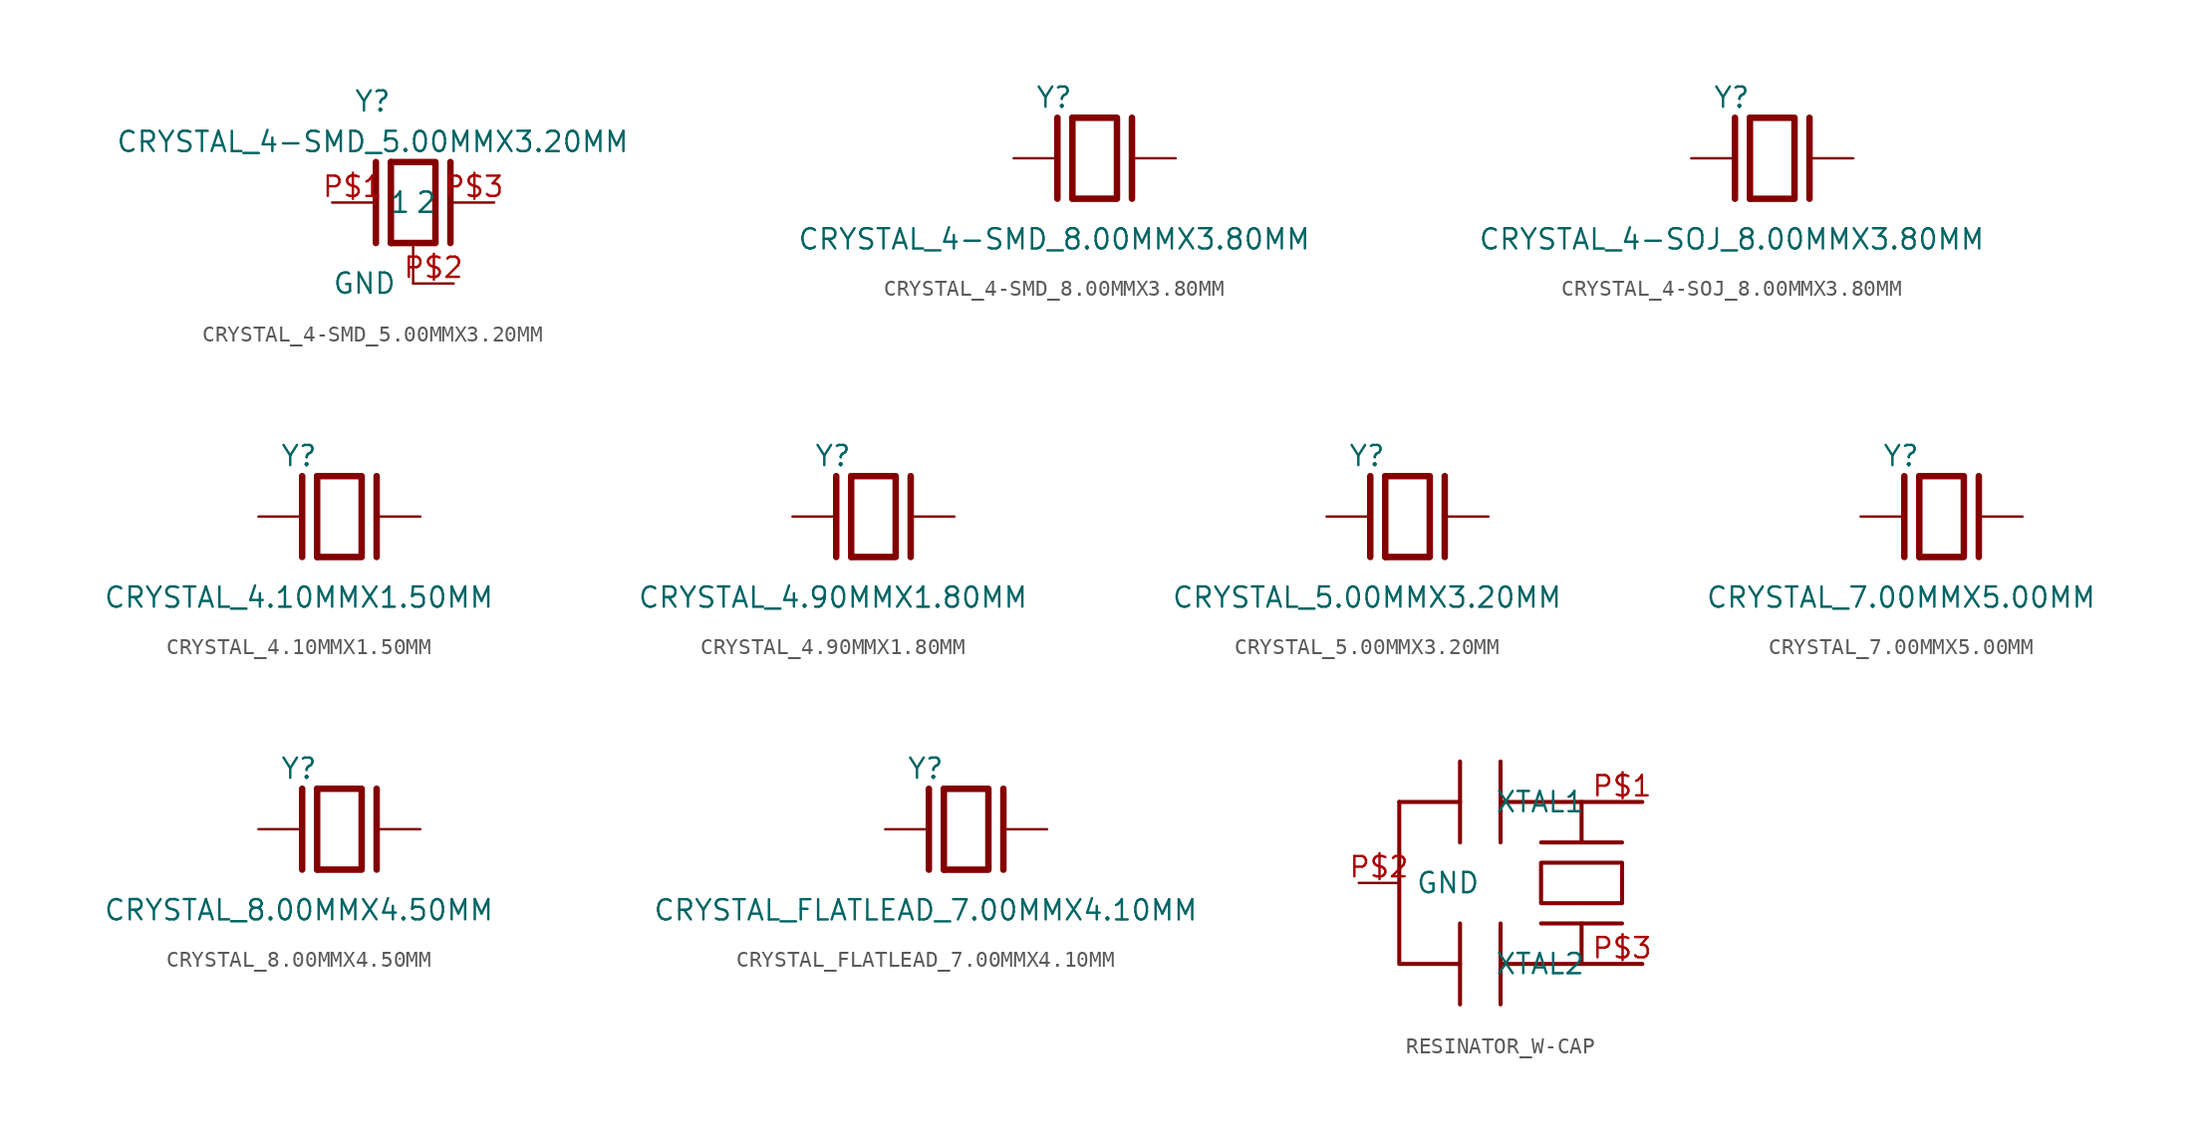
<source format=kicad_sym>
(kicad_symbol_lib
  (version 20211014)
  (generator kicad_symbol_editor)
  (symbol "CRYSTAL_4-SMD_5.00MMX3.20MM"
    (pin_names
      (offset 1.016))
    (property "Reference" "Y"
      (at -2.54 6.35 0)
      (effects (font (size 1.27 1.27))))
    (property "Value" "CRYSTAL_4-SMD_5.00MMX3.20MM"
      (at -2.54 3.81 0)
      (effects (font (size 1.27 1.27))))
    (symbol "CRYSTAL_4-SMD_5.00MMX3.20MM_0_0")
    (symbol "CRYSTAL_4-SMD_5.00MMX3.20MM_0_1"
      (polyline (pts (xy -1.397 2.54) (xy 1.397 2.54) (xy 1.397 -2.54) (xy 0 -2.54) (xy -1.397 -2.54)) (stroke (width 0.406) (type default) (color 0 0 0 0)) (fill (type none)))
      (polyline (pts (xy -1.397 2.54) (xy -1.397 -2.54)) (stroke (width 0.406) (type default) (color 0 0 0 0)) (fill (type none)))
      (polyline (pts (xy 2.337 2.54) (xy 2.337 -2.54)) (stroke (width 0.406) (type default) (color 0 0 0 0)) (fill (type none)))
      (polyline (pts (xy -2.337 2.54) (xy -2.337 -2.54)) (stroke (width 0.406) (type default) (color 0 0 0 0)) (fill (type none)))
      (polyline (pts (xy 0 -2.54) (xy 0 -5.08)) (stroke (width 0.152) (type default) (color 0 0 0 0)) (fill (type none))))
    (symbol "CRYSTAL_4-SMD_5.00MMX3.20MM_1_1"
      (pin passive line (at 5.08 0 180) (length 2.54) (name "2" (effects (font (size 1.27 1.27)))) (number "P$3" (effects (font (size 1.27 1.27)))))
      (pin passive line (at -5.08 0 0) (length 2.54) (name "1" (effects (font (size 1.27 1.27)))) (number "P$1" (effects (font (size 1.27 1.27)))))
      (pin bidirectional line (at 2.54 -5.08 180) (length 2.54) (name "GND" (effects (font (size 1.27 1.27)))) (number "P$2" (effects (font (size 1.27 1.27)))))
      (pin bidirectional line (at 2.54 -5.08 180) (length 2.54) hide (name "GND" (effects (font (size 1.27 1.27)))) (number "P$4" (effects (font (size 1.27 1.27)))))))
  (symbol "CRYSTAL_4-SMD_8.00MMX3.80MM"
    (pin_numbers hide)
    (pin_names
      (offset 1.016) hide)
    (property "Reference" "Y"
      (at -2.54 3.81 0)
      (effects (font (size 1.27 1.27))))
    (property "Value" "CRYSTAL_4-SMD_8.00MMX3.80MM"
      (at -2.54 -5.08 0)
      (effects (font (size 1.27 1.27))))
    (symbol "CRYSTAL_4-SMD_8.00MMX3.80MM_0_0")
    (symbol "CRYSTAL_4-SMD_8.00MMX3.80MM_0_1"
      (polyline (pts (xy -1.397 2.54) (xy 1.397 2.54) (xy 1.397 -2.54) (xy -1.397 -2.54)) (stroke (width 0.406) (type default) (color 0 0 0 0)) (fill (type none)))
      (polyline (pts (xy -1.397 2.54) (xy -1.397 -2.54)) (stroke (width 0.406) (type default) (color 0 0 0 0)) (fill (type none)))
      (polyline (pts (xy 2.337 2.54) (xy 2.337 -2.54)) (stroke (width 0.406) (type default) (color 0 0 0 0)) (fill (type none)))
      (polyline (pts (xy -2.337 2.54) (xy -2.337 -2.54)) (stroke (width 0.406) (type default) (color 0 0 0 0)) (fill (type none))))
    (symbol "CRYSTAL_4-SMD_8.00MMX3.80MM_1_1"
      (pin passive line (at 5.08 0 180) (length 2.54) (name "2" (effects (font (size 1.27 1.27)))) (number "P$4" (effects (font (size 1.27 1.27)))))
      (pin passive line (at -5.08 0 0) (length 2.54) (name "1" (effects (font (size 1.27 1.27)))) (number "P$1" (effects (font (size 1.27 1.27)))))))
  (symbol "CRYSTAL_4-SOJ_8.00MMX3.80MM"
    (pin_numbers hide)
    (pin_names
      (offset 1.016) hide)
    (property "Reference" "Y"
      (at -2.54 3.81 0)
      (effects (font (size 1.27 1.27))))
    (property "Value" "CRYSTAL_4-SOJ_8.00MMX3.80MM"
      (at -2.54 -5.08 0)
      (effects (font (size 1.27 1.27))))
    (symbol "CRYSTAL_4-SOJ_8.00MMX3.80MM_0_0")
    (symbol "CRYSTAL_4-SOJ_8.00MMX3.80MM_0_1"
      (polyline (pts (xy -1.397 2.54) (xy 1.397 2.54) (xy 1.397 -2.54) (xy -1.397 -2.54)) (stroke (width 0.406) (type default) (color 0 0 0 0)) (fill (type none)))
      (polyline (pts (xy -1.397 2.54) (xy -1.397 -2.54)) (stroke (width 0.406) (type default) (color 0 0 0 0)) (fill (type none)))
      (polyline (pts (xy 2.337 2.54) (xy 2.337 -2.54)) (stroke (width 0.406) (type default) (color 0 0 0 0)) (fill (type none)))
      (polyline (pts (xy -2.337 2.54) (xy -2.337 -2.54)) (stroke (width 0.406) (type default) (color 0 0 0 0)) (fill (type none))))
    (symbol "CRYSTAL_4-SOJ_8.00MMX3.80MM_1_1"
      (pin passive line (at 5.08 0 180) (length 2.54) (name "2" (effects (font (size 1.27 1.27)))) (number "S$4" (effects (font (size 1.27 1.27)))))
      (pin passive line (at -5.08 0 0) (length 2.54) (name "1" (effects (font (size 1.27 1.27)))) (number "S$1" (effects (font (size 1.27 1.27)))))))
  (symbol "CRYSTAL_4.10MMX1.50MM"
    (pin_numbers hide)
    (pin_names
      (offset 1.016) hide)
    (property "Reference" "Y"
      (at -2.54 3.81 0)
      (effects (font (size 1.27 1.27))))
    (property "Value" "CRYSTAL_4.10MMX1.50MM"
      (at -2.54 -5.08 0)
      (effects (font (size 1.27 1.27))))
    (symbol "CRYSTAL_4.10MMX1.50MM_0_0")
    (symbol "CRYSTAL_4.10MMX1.50MM_0_1"
      (polyline (pts (xy -1.397 2.54) (xy 1.397 2.54) (xy 1.397 -2.54) (xy -1.397 -2.54)) (stroke (width 0.406) (type default) (color 0 0 0 0)) (fill (type none)))
      (polyline (pts (xy -1.397 2.54) (xy -1.397 -2.54)) (stroke (width 0.406) (type default) (color 0 0 0 0)) (fill (type none)))
      (polyline (pts (xy 2.337 2.54) (xy 2.337 -2.54)) (stroke (width 0.406) (type default) (color 0 0 0 0)) (fill (type none)))
      (polyline (pts (xy -2.337 2.54) (xy -2.337 -2.54)) (stroke (width 0.406) (type default) (color 0 0 0 0)) (fill (type none))))
    (symbol "CRYSTAL_4.10MMX1.50MM_1_1"
      (pin passive line (at 5.08 0 180) (length 2.54) (name "2" (effects (font (size 1.27 1.27)))) (number "P$2" (effects (font (size 1.27 1.27)))))
      (pin passive line (at -5.08 0 0) (length 2.54) (name "1" (effects (font (size 1.27 1.27)))) (number "P$1" (effects (font (size 1.27 1.27)))))))
  (symbol "CRYSTAL_4.90MMX1.80MM"
    (pin_numbers hide)
    (pin_names
      (offset 1.016) hide)
    (property "Reference" "Y"
      (at -2.54 3.81 0)
      (effects (font (size 1.27 1.27))))
    (property "Value" "CRYSTAL_4.90MMX1.80MM"
      (at -2.54 -5.08 0)
      (effects (font (size 1.27 1.27))))
    (symbol "CRYSTAL_4.90MMX1.80MM_0_0")
    (symbol "CRYSTAL_4.90MMX1.80MM_0_1"
      (polyline (pts (xy -1.397 2.54) (xy 1.397 2.54) (xy 1.397 -2.54) (xy -1.397 -2.54)) (stroke (width 0.406) (type default) (color 0 0 0 0)) (fill (type none)))
      (polyline (pts (xy -1.397 2.54) (xy -1.397 -2.54)) (stroke (width 0.406) (type default) (color 0 0 0 0)) (fill (type none)))
      (polyline (pts (xy 2.337 2.54) (xy 2.337 -2.54)) (stroke (width 0.406) (type default) (color 0 0 0 0)) (fill (type none)))
      (polyline (pts (xy -2.337 2.54) (xy -2.337 -2.54)) (stroke (width 0.406) (type default) (color 0 0 0 0)) (fill (type none))))
    (symbol "CRYSTAL_4.90MMX1.80MM_1_1"
      (pin passive line (at 5.08 0 180) (length 2.54) (name "2" (effects (font (size 1.27 1.27)))) (number "P$2" (effects (font (size 1.27 1.27)))))
      (pin passive line (at -5.08 0 0) (length 2.54) (name "1" (effects (font (size 1.27 1.27)))) (number "P$1" (effects (font (size 1.27 1.27)))))))
  (symbol "CRYSTAL_5.00MMX3.20MM"
    (pin_numbers hide)
    (pin_names
      (offset 1.016) hide)
    (property "Reference" "Y"
      (at -2.54 3.81 0)
      (effects (font (size 1.27 1.27))))
    (property "Value" "CRYSTAL_5.00MMX3.20MM"
      (at -2.54 -5.08 0)
      (effects (font (size 1.27 1.27))))
    (symbol "CRYSTAL_5.00MMX3.20MM_0_0")
    (symbol "CRYSTAL_5.00MMX3.20MM_0_1"
      (polyline (pts (xy -1.397 2.54) (xy 1.397 2.54) (xy 1.397 -2.54) (xy -1.397 -2.54)) (stroke (width 0.406) (type default) (color 0 0 0 0)) (fill (type none)))
      (polyline (pts (xy -1.397 2.54) (xy -1.397 -2.54)) (stroke (width 0.406) (type default) (color 0 0 0 0)) (fill (type none)))
      (polyline (pts (xy 2.337 2.54) (xy 2.337 -2.54)) (stroke (width 0.406) (type default) (color 0 0 0 0)) (fill (type none)))
      (polyline (pts (xy -2.337 2.54) (xy -2.337 -2.54)) (stroke (width 0.406) (type default) (color 0 0 0 0)) (fill (type none))))
    (symbol "CRYSTAL_5.00MMX3.20MM_1_1"
      (pin passive line (at 5.08 0 180) (length 2.54) (name "2" (effects (font (size 1.27 1.27)))) (number "P$2" (effects (font (size 1.27 1.27)))))
      (pin passive line (at -5.08 0 0) (length 2.54) (name "1" (effects (font (size 1.27 1.27)))) (number "P$1" (effects (font (size 1.27 1.27)))))))
  (symbol "CRYSTAL_7.00MMX5.00MM"
    (pin_numbers hide)
    (pin_names
      (offset 1.016) hide)
    (property "Reference" "Y"
      (at -2.54 3.81 0)
      (effects (font (size 1.27 1.27))))
    (property "Value" "CRYSTAL_7.00MMX5.00MM"
      (at -2.54 -5.08 0)
      (effects (font (size 1.27 1.27))))
    (symbol "CRYSTAL_7.00MMX5.00MM_0_0")
    (symbol "CRYSTAL_7.00MMX5.00MM_0_1"
      (polyline (pts (xy -1.397 2.54) (xy 1.397 2.54) (xy 1.397 -2.54) (xy -1.397 -2.54)) (stroke (width 0.406) (type default) (color 0 0 0 0)) (fill (type none)))
      (polyline (pts (xy -1.397 2.54) (xy -1.397 -2.54)) (stroke (width 0.406) (type default) (color 0 0 0 0)) (fill (type none)))
      (polyline (pts (xy 2.337 2.54) (xy 2.337 -2.54)) (stroke (width 0.406) (type default) (color 0 0 0 0)) (fill (type none)))
      (polyline (pts (xy -2.337 2.54) (xy -2.337 -2.54)) (stroke (width 0.406) (type default) (color 0 0 0 0)) (fill (type none))))
    (symbol "CRYSTAL_7.00MMX5.00MM_1_1"
      (pin passive line (at 5.08 0 180) (length 2.54) (name "2" (effects (font (size 1.27 1.27)))) (number "P$2" (effects (font (size 1.27 1.27)))))
      (pin passive line (at -5.08 0 0) (length 2.54) (name "1" (effects (font (size 1.27 1.27)))) (number "P$1" (effects (font (size 1.27 1.27)))))))
  (symbol "CRYSTAL_8.00MMX4.50MM"
    (pin_numbers hide)
    (pin_names
      (offset 1.016) hide)
    (property "Reference" "Y"
      (at -2.54 3.81 0)
      (effects (font (size 1.27 1.27))))
    (property "Value" "CRYSTAL_8.00MMX4.50MM"
      (at -2.54 -5.08 0)
      (effects (font (size 1.27 1.27))))
    (symbol "CRYSTAL_8.00MMX4.50MM_0_0")
    (symbol "CRYSTAL_8.00MMX4.50MM_0_1"
      (polyline (pts (xy -1.397 2.54) (xy 1.397 2.54) (xy 1.397 -2.54) (xy -1.397 -2.54)) (stroke (width 0.406) (type default) (color 0 0 0 0)) (fill (type none)))
      (polyline (pts (xy -1.397 2.54) (xy -1.397 -2.54)) (stroke (width 0.406) (type default) (color 0 0 0 0)) (fill (type none)))
      (polyline (pts (xy 2.337 2.54) (xy 2.337 -2.54)) (stroke (width 0.406) (type default) (color 0 0 0 0)) (fill (type none)))
      (polyline (pts (xy -2.337 2.54) (xy -2.337 -2.54)) (stroke (width 0.406) (type default) (color 0 0 0 0)) (fill (type none))))
    (symbol "CRYSTAL_8.00MMX4.50MM_1_1"
      (pin passive line (at 5.08 0 180) (length 2.54) (name "2" (effects (font (size 1.27 1.27)))) (number "P$2" (effects (font (size 1.27 1.27)))))
      (pin passive line (at -5.08 0 0) (length 2.54) (name "1" (effects (font (size 1.27 1.27)))) (number "P$1" (effects (font (size 1.27 1.27)))))))
  (symbol "CRYSTAL_FLATLEAD_7.00MMX4.10MM"
    (pin_numbers hide)
    (pin_names
      (offset 1.016) hide)
    (property "Reference" "Y"
      (at -2.54 3.81 0)
      (effects (font (size 1.27 1.27))))
    (property "Value" "CRYSTAL_FLATLEAD_7.00MMX4.10MM"
      (at -2.54 -5.08 0)
      (effects (font (size 1.27 1.27))))
    (symbol "CRYSTAL_FLATLEAD_7.00MMX4.10MM_0_0")
    (symbol "CRYSTAL_FLATLEAD_7.00MMX4.10MM_0_1"
      (polyline (pts (xy -1.397 2.54) (xy 1.397 2.54) (xy 1.397 -2.54) (xy -1.397 -2.54)) (stroke (width 0.406) (type default) (color 0 0 0 0)) (fill (type none)))
      (polyline (pts (xy -1.397 2.54) (xy -1.397 -2.54)) (stroke (width 0.406) (type default) (color 0 0 0 0)) (fill (type none)))
      (polyline (pts (xy 2.337 2.54) (xy 2.337 -2.54)) (stroke (width 0.406) (type default) (color 0 0 0 0)) (fill (type none)))
      (polyline (pts (xy -2.337 2.54) (xy -2.337 -2.54)) (stroke (width 0.406) (type default) (color 0 0 0 0)) (fill (type none))))
    (symbol "CRYSTAL_FLATLEAD_7.00MMX4.10MM_1_1"
      (pin passive line (at 5.08 0 180) (length 2.54) (name "2" (effects (font (size 1.27 1.27)))) (number "P$2" (effects (font (size 1.27 1.27)))))
      (pin passive line (at -5.08 0 0) (length 2.54) (name "1" (effects (font (size 1.27 1.27)))) (number "P$1" (effects (font (size 1.27 1.27)))))))
  (symbol "RESINATOR_W-CAP"
    (pin_names
      (offset 1.016))
    (property "Reference" "X"
      (at 0 0 0)
      (effects (font (size 1.27 1.27)) hide))
    (symbol "RESINATOR_W-CAP_0_0")
    (symbol "RESINATOR_W-CAP_0_1"
      (polyline (pts (xy 10.16 5.08) (xy 6.35 5.08) (xy 1.27 5.08) (xy 1.27 7.62)) (stroke (width 0.254) (type default) (color 0 0 0 0)) (fill (type none)))
      (polyline (pts (xy 1.27 5.08) (xy 1.27 2.54)) (stroke (width 0.254) (type default) (color 0 0 0 0)) (fill (type none)))
      (polyline (pts (xy -1.27 7.62) (xy -1.27 5.08) (xy -1.27 2.54)) (stroke (width 0.254) (type default) (color 0 0 0 0)) (fill (type none)))
      (polyline (pts (xy -1.27 5.08) (xy -5.08 5.08)) (stroke (width 0.254) (type default) (color 0 0 0 0)) (fill (type none)))
      (polyline (pts (xy 10.16 -5.08) (xy 1.27 -5.08)) (stroke (width 0.254) (type default) (color 0 0 0 0)) (fill (type none)))
      (polyline (pts (xy 1.27 -2.54) (xy 1.27 -5.08) (xy 1.27 -7.62)) (stroke (width 0.254) (type default) (color 0 0 0 0)) (fill (type none)))
      (polyline (pts (xy -1.27 -2.54) (xy -1.27 -5.08) (xy -1.27 -7.62)) (stroke (width 0.254) (type default) (color 0 0 0 0)) (fill (type none)))
      (polyline (pts (xy -1.27 -5.08) (xy -5.08 -5.08) (xy -5.08 5.08)) (stroke (width 0.254) (type default) (color 0 0 0 0)) (fill (type none)))
      (polyline (pts (xy 3.81 1.27) (xy 3.81 -1.27) (xy 8.89 -1.27) (xy 8.89 1.27) (xy 3.81 1.27)) (stroke (width 0.254) (type default) (color 0 0 0 0)) (fill (type none)))
      (polyline (pts (xy 3.81 2.54) (xy 6.35 2.54) (xy 8.89 2.54)) (stroke (width 0.254) (type default) (color 0 0 0 0)) (fill (type none)))
      (polyline (pts (xy 3.81 -2.54) (xy 6.35 -2.54) (xy 8.89 -2.54)) (stroke (width 0.254) (type default) (color 0 0 0 0)) (fill (type none)))
      (polyline (pts (xy 6.35 -2.54) (xy 6.35 -5.08)) (stroke (width 0.254) (type default) (color 0 0 0 0)) (fill (type none)))
      (polyline (pts (xy 6.35 2.54) (xy 6.35 5.08)) (stroke (width 0.254) (type default) (color 0 0 0 0)) (fill (type none))))
    (symbol "RESINATOR_W-CAP_1_1"
      (pin bidirectional line (at 10.16 5.08 180) (length 2.54) (name "XTAL1" (effects (font (size 1.27 1.27)))) (number "P$1" (effects (font (size 1.27 1.27)))))
      (pin bidirectional line (at 10.16 -5.08 180) (length 2.54) (name "XTAL2" (effects (font (size 1.27 1.27)))) (number "P$3" (effects (font (size 1.27 1.27)))))
      (pin bidirectional line (at -7.62 0 0) (length 2.54) (name "GND" (effects (font (size 1.27 1.27)))) (number "P$2" (effects (font (size 1.27 1.27))))))))
</source>
